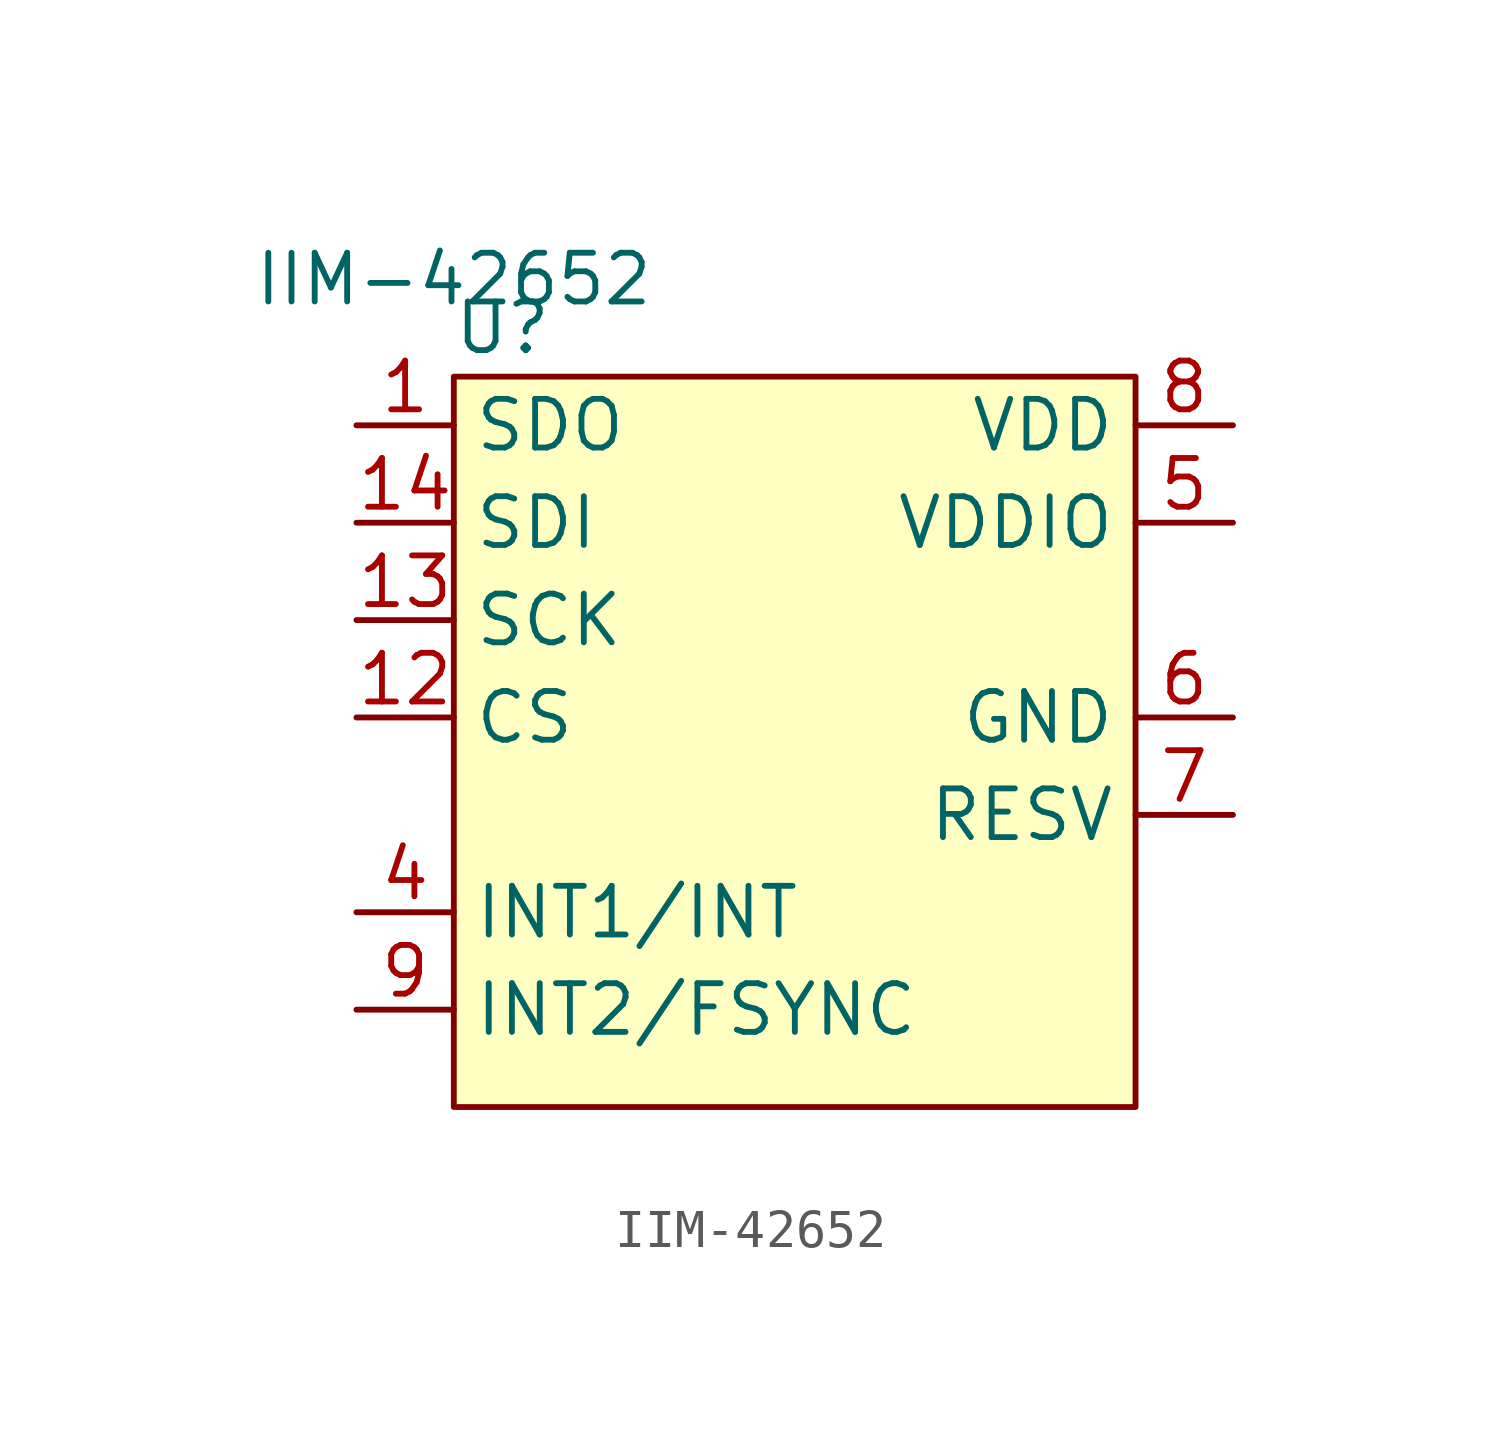
<source format=kicad_sym>
(kicad_symbol_lib
  (version 20211014)
  (generator kicad_symbol_editor)
  (symbol "capablerobot-sensors:IIM-42652"
    (property "Reference" "U"
      (at -7.62 10.16 0)
      (effects (font (size 1.27 1.27))))
    (property "Value" "IIM-42652"
      (at -8.89 11.43 0)
      (effects (font (size 1.27 1.27))))
    (symbol "IIM-42652_0_1"
      (rectangle (start -8.89 8.89) (end 8.89 -10.16) (stroke (width 0.152)) (fill (type background))))
    (symbol "IIM-42652_1_1"
      (pin output line (at -11.43 7.62 0) (length 2.54) (name "SDO" (effects (font (size 1.27 1.27)))) (number "1" (effects (font (size 1.27 1.27)))))
      (pin output line (at -11.43 0 0) (length 2.54) (name "CS" (effects (font (size 1.27 1.27)))) (number "12" (effects (font (size 1.27 1.27)))))
      (pin input line (at -11.43 2.54 0) (length 2.54) (name "SCK" (effects (font (size 1.27 1.27)))) (number "13" (effects (font (size 1.27 1.27)))))
      (pin input line (at -11.43 5.08 0) (length 2.54) (name "SDI" (effects (font (size 1.27 1.27)))) (number "14" (effects (font (size 1.27 1.27)))))
      (pin bidirectional line (at -11.43 -5.08 0) (length 2.54) (name "INT1/INT" (effects (font (size 1.27 1.27)))) (number "4" (effects (font (size 1.27 1.27)))))
      (pin power_in line (at 11.43 5.08 180) (length 2.54) (name "VDDIO" (effects (font (size 1.27 1.27)))) (number "5" (effects (font (size 1.27 1.27)))))
      (pin power_in line (at 11.43 0 180) (length 2.54) (name "GND" (effects (font (size 1.27 1.27)))) (number "6" (effects (font (size 1.27 1.27)))))
      (pin input line (at 11.43 -2.54 180) (length 2.54) (name "RESV" (effects (font (size 1.27 1.27)))) (number "7" (effects (font (size 1.27 1.27)))))
      (pin power_in line (at 11.43 7.62 180) (length 2.54) (name "VDD" (effects (font (size 1.27 1.27)))) (number "8" (effects (font (size 1.27 1.27)))))
      (pin bidirectional line (at -11.43 -7.62 0) (length 2.54) (name "INT2/FSYNC" (effects (font (size 1.27 1.27)))) (number "9" (effects (font (size 1.27 1.27))))))))
</source>
